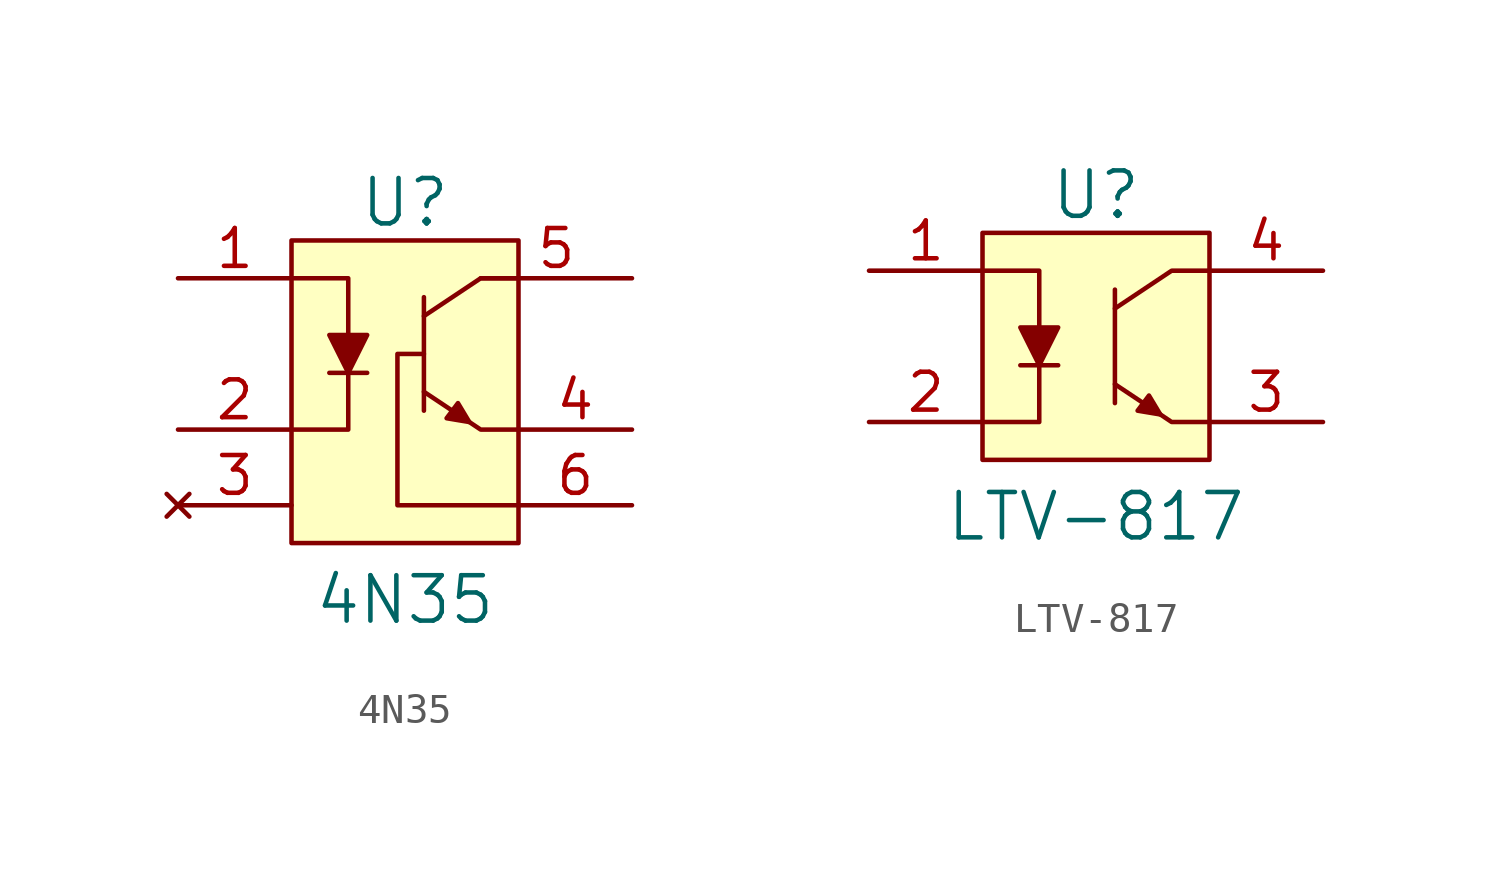
<source format=kicad_sym>
(kicad_symbol_lib
  (version 20220914)
  (generator kicad_symbol_editor)
  (symbol "4N35"
    (pin_names
      (offset 1.016))
    (property "Reference" "U"
      (at 0 5.08 0)
      (effects (font (size 1.524 1.524))))
    (property "Value" "4N35"
      (at 0 -8.255 0)
      (effects (font (size 1.524 1.524))))
    (symbol "4N35_0_1"
      (rectangle (start -3.81 3.81) (end 3.81 -6.35) (stroke (width 0) (type solid)) (fill (type background)))
      (polyline (pts (xy -2.54 -0.635) (xy -1.27 -0.635)) (stroke (width 0) (type solid)) (fill (type none)))
      (polyline (pts (xy 0.635 1.905) (xy 0.635 -1.905)) (stroke (width 0) (type solid)) (fill (type none)))
      (polyline (pts (xy -3.81 -2.54) (xy -1.905 -2.54) (xy -1.905 -0.635)) (stroke (width 0) (type solid)) (fill (type none)))
      (polyline (pts (xy -3.81 2.54) (xy -1.905 2.54) (xy -1.905 0.635)) (stroke (width 0) (type solid)) (fill (type none)))
      (polyline (pts (xy 0.635 -1.27) (xy 2.54 -2.54) (xy 3.81 -2.54)) (stroke (width 0) (type solid)) (fill (type none)))
      (polyline (pts (xy 0.635 1.27) (xy 2.54 2.54) (xy 3.81 2.54)) (stroke (width 0) (type solid)) (fill (type none)))
      (polyline (pts (xy -2.54 0.635) (xy -1.27 0.635) (xy -1.905 -0.635) (xy -2.54 0.635)) (stroke (width 0) (type solid)) (fill (type outline)))
      (polyline (pts (xy 2.159 -2.286) (xy 1.778 -1.651) (xy 1.397 -2.159) (xy 2.159 -2.286)) (stroke (width 0) (type solid)) (fill (type outline)))
      (polyline (pts (xy 3.81 -5.08) (xy -0.254 -5.08) (xy -0.254 0) (xy 0.635 0)) (stroke (width 0) (type solid)) (fill (type none))))
    (symbol "4N35_1_1"
      (pin passive line (at -7.62 2.54 0) (length 3.81) (name "~" (effects (font (size 1.27 1.27)))) (number "1" (effects (font (size 1.27 1.27)))))
      (pin passive line (at -7.62 -2.54 0) (length 3.81) (name "~" (effects (font (size 1.27 1.27)))) (number "2" (effects (font (size 1.27 1.27)))))
      (pin no_connect line (at -7.62 -5.08 0) (length 3.81) (name "~" (effects (font (size 1.27 1.27)))) (number "3" (effects (font (size 1.27 1.27)))))
      (pin passive line (at 7.62 -2.54 180) (length 3.81) (name "~" (effects (font (size 1.27 1.27)))) (number "4" (effects (font (size 1.27 1.27)))))
      (pin output line (at 7.62 2.54 180) (length 5.08) (name "~" (effects (font (size 1.27 1.27)))) (number "5" (effects (font (size 1.27 1.27)))))
      (pin input line (at 7.62 -5.08 180) (length 3.81) (name "~" (effects (font (size 1.27 1.27)))) (number "6" (effects (font (size 1.27 1.27)))))))
  (symbol "LTV-817"
    (pin_names
      (offset 1.016))
    (property "Reference" "U"
      (at 0 5.08 0)
      (effects (font (size 1.524 1.524))))
    (property "Value" "LTV-817"
      (at 0 -5.715 0)
      (effects (font (size 1.524 1.524))))
    (symbol "LTV-817_0_1"
      (rectangle (start -3.81 3.81) (end 3.81 -3.81) (stroke (width 0) (type solid)) (fill (type background)))
      (polyline (pts (xy -2.54 -0.635) (xy -1.27 -0.635)) (stroke (width 0) (type solid)) (fill (type none)))
      (polyline (pts (xy 0.635 1.905) (xy 0.635 -1.905)) (stroke (width 0) (type solid)) (fill (type none)))
      (polyline (pts (xy -3.81 -2.54) (xy -1.905 -2.54) (xy -1.905 -0.635)) (stroke (width 0) (type solid)) (fill (type none)))
      (polyline (pts (xy -3.81 2.54) (xy -1.905 2.54) (xy -1.905 0.635)) (stroke (width 0) (type solid)) (fill (type none)))
      (polyline (pts (xy 0.635 -1.27) (xy 2.54 -2.54) (xy 3.81 -2.54)) (stroke (width 0) (type solid)) (fill (type none)))
      (polyline (pts (xy 0.635 1.27) (xy 2.54 2.54) (xy 3.81 2.54)) (stroke (width 0) (type solid)) (fill (type none)))
      (polyline (pts (xy -2.54 0.635) (xy -1.27 0.635) (xy -1.905 -0.635) (xy -2.54 0.635)) (stroke (width 0) (type solid)) (fill (type outline)))
      (polyline (pts (xy 2.159 -2.286) (xy 1.778 -1.651) (xy 1.397 -2.159) (xy 2.159 -2.286)) (stroke (width 0) (type solid)) (fill (type outline))))
    (symbol "LTV-817_1_1"
      (pin passive line (at -7.62 2.54 0) (length 3.81) (name "~" (effects (font (size 1.27 1.27)))) (number "1" (effects (font (size 1.27 1.27)))))
      (pin passive line (at -7.62 -2.54 0) (length 3.81) (name "~" (effects (font (size 1.27 1.27)))) (number "2" (effects (font (size 1.27 1.27)))))
      (pin passive line (at 7.62 -2.54 180) (length 3.81) (name "~" (effects (font (size 1.27 1.27)))) (number "3" (effects (font (size 1.27 1.27)))))
      (pin passive line (at 7.62 2.54 180) (length 3.81) (name "~" (effects (font (size 1.27 1.27)))) (number "4" (effects (font (size 1.27 1.27))))))))
</source>
